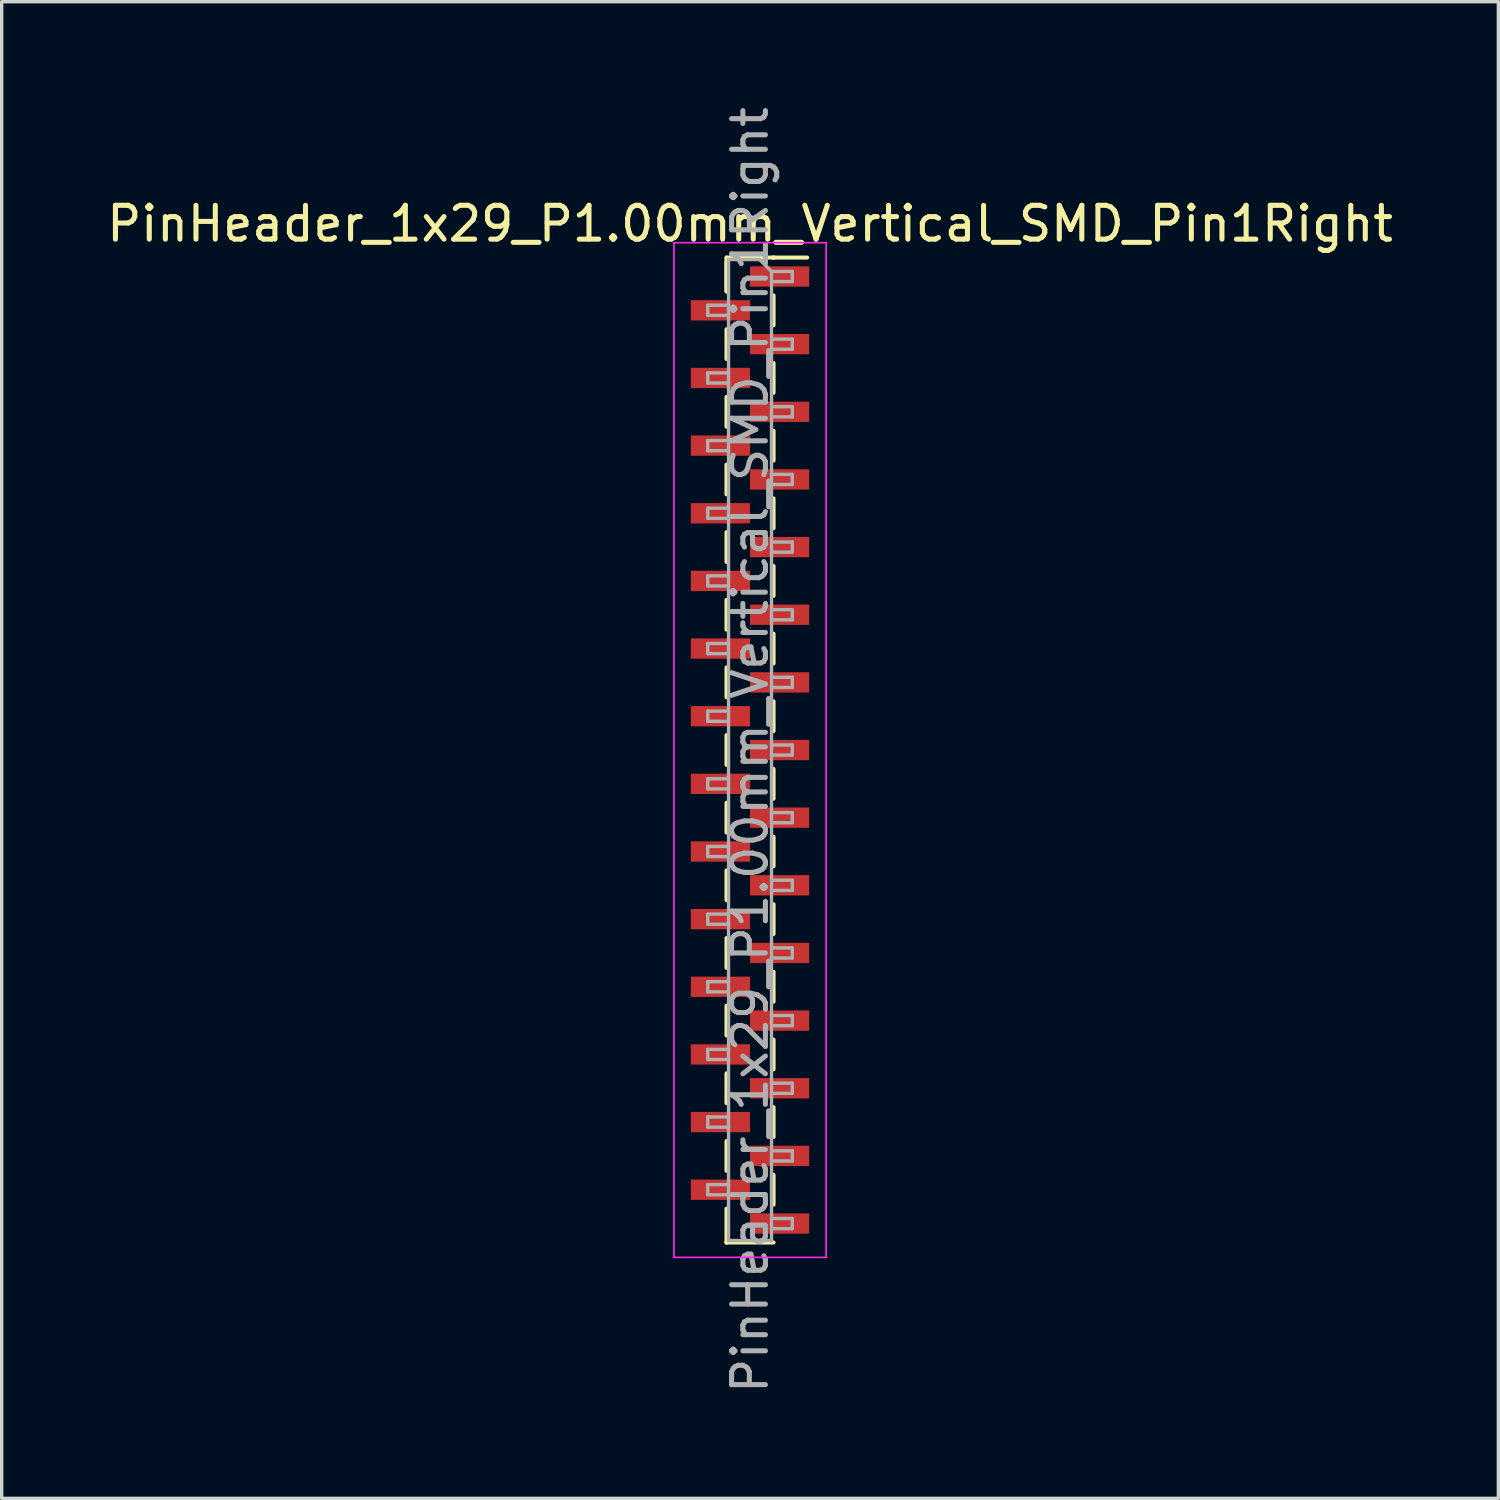
<source format=kicad_pcb>
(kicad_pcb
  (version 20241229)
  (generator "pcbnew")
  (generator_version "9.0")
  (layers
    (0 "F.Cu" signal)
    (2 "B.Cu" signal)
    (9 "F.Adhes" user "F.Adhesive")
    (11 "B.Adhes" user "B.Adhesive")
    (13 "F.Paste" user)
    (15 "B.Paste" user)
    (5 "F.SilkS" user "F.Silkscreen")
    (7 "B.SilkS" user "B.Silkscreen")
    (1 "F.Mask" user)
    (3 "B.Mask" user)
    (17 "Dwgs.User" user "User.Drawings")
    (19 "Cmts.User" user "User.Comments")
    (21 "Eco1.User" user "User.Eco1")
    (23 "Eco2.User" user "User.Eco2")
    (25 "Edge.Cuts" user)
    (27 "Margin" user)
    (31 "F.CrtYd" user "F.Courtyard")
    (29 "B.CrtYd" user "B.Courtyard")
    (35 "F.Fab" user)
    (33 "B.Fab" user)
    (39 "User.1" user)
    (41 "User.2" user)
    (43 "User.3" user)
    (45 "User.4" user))
  (footprint "PinHeader_1x29_P1.00mm_Vertical_SMD_Pin1Right"
    (layer "F.Cu")
    (at 19.125 19.125)
    (property "Reference" "PinHeader_1x29_P1.00mm_Vertical_SMD_Pin1Right" (at 0 -15.56 0) (layer "F.SilkS") (effects (font (size 1 1) (thickness 0.15))))
    (attr smd)
    (fp_line (start -0.695 -14.56) (end -0.695 -13.56) (stroke (width 0.12) (type solid)) (layer "F.SilkS"))
    (fp_line (start -0.695 -14.56) (end 0.695 -14.56) (stroke (width 0.12) (type solid)) (layer "F.SilkS"))
    (fp_line (start -0.695 -14.44) (end -0.695 -13.56) (stroke (width 0.12) (type solid)) (layer "F.SilkS"))
    (fp_line (start -0.695 -12.44) (end -0.695 -11.56) (stroke (width 0.12) (type solid)) (layer "F.SilkS"))
    (fp_line (start -0.695 -10.44) (end -0.695 -9.56) (stroke (width 0.12) (type solid)) (layer "F.SilkS"))
    (fp_line (start -0.695 -8.44) (end -0.695 -7.56) (stroke (width 0.12) (type solid)) (layer "F.SilkS"))
    (fp_line (start -0.695 -6.44) (end -0.695 -5.56) (stroke (width 0.12) (type solid)) (layer "F.SilkS"))
    (fp_line (start -0.695 -4.44) (end -0.695 -3.56) (stroke (width 0.12) (type solid)) (layer "F.SilkS"))
    (fp_line (start -0.695 -2.44) (end -0.695 -1.56) (stroke (width 0.12) (type solid)) (layer "F.SilkS"))
    (fp_line (start -0.695 -0.44) (end -0.695 0.44) (stroke (width 0.12) (type solid)) (layer "F.SilkS"))
    (fp_line (start -0.695 1.56) (end -0.695 2.44) (stroke (width 0.12) (type solid)) (layer "F.SilkS"))
    (fp_line (start -0.695 3.56) (end -0.695 4.44) (stroke (width 0.12) (type solid)) (layer "F.SilkS"))
    (fp_line (start -0.695 5.56) (end -0.695 6.44) (stroke (width 0.12) (type solid)) (layer "F.SilkS"))
    (fp_line (start -0.695 7.56) (end -0.695 8.44) (stroke (width 0.12) (type solid)) (layer "F.SilkS"))
    (fp_line (start -0.695 9.56) (end -0.695 10.44) (stroke (width 0.12) (type solid)) (layer "F.SilkS"))
    (fp_line (start -0.695 11.56) (end -0.695 12.44) (stroke (width 0.12) (type solid)) (layer "F.SilkS"))
    (fp_line (start -0.695 13.56) (end -0.695 14.56) (stroke (width 0.12) (type solid)) (layer "F.SilkS"))
    (fp_line (start -0.695 14.56) (end -0.695 14.56) (stroke (width 0.12) (type solid)) (layer "F.SilkS"))
    (fp_line (start -0.695 14.56) (end 0.695 14.56) (stroke (width 0.12) (type solid)) (layer "F.SilkS"))
    (fp_line (start 0.695 -14.56) (end 0.695 -14.56) (stroke (width 0.12) (type solid)) (layer "F.SilkS"))
    (fp_line (start 0.695 -14.56) (end 1.69 -14.56) (stroke (width 0.12) (type solid)) (layer "F.SilkS"))
    (fp_line (start 0.695 -13.44) (end 0.695 -12.56) (stroke (width 0.12) (type solid)) (layer "F.SilkS"))
    (fp_line (start 0.695 -11.44) (end 0.695 -10.56) (stroke (width 0.12) (type solid)) (layer "F.SilkS"))
    (fp_line (start 0.695 -9.44) (end 0.695 -8.56) (stroke (width 0.12) (type solid)) (layer "F.SilkS"))
    (fp_line (start 0.695 -7.44) (end 0.695 -6.56) (stroke (width 0.12) (type solid)) (layer "F.SilkS"))
    (fp_line (start 0.695 -5.44) (end 0.695 -4.56) (stroke (width 0.12) (type solid)) (layer "F.SilkS"))
    (fp_line (start 0.695 -3.44) (end 0.695 -2.56) (stroke (width 0.12) (type solid)) (layer "F.SilkS"))
    (fp_line (start 0.695 -1.44) (end 0.695 -0.56) (stroke (width 0.12) (type solid)) (layer "F.SilkS"))
    (fp_line (start 0.695 0.56) (end 0.695 1.44) (stroke (width 0.12) (type solid)) (layer "F.SilkS"))
    (fp_line (start 0.695 2.56) (end 0.695 3.44) (stroke (width 0.12) (type solid)) (layer "F.SilkS"))
    (fp_line (start 0.695 4.56) (end 0.695 5.44) (stroke (width 0.12) (type solid)) (layer "F.SilkS"))
    (fp_line (start 0.695 6.56) (end 0.695 7.44) (stroke (width 0.12) (type solid)) (layer "F.SilkS"))
    (fp_line (start 0.695 8.56) (end 0.695 9.44) (stroke (width 0.12) (type solid)) (layer "F.SilkS"))
    (fp_line (start 0.695 10.56) (end 0.695 11.44) (stroke (width 0.12) (type solid)) (layer "F.SilkS"))
    (fp_line (start 0.695 12.56) (end 0.695 13.44) (stroke (width 0.12) (type solid)) (layer "F.SilkS"))
    (fp_line (start -2.25 -15) (end -2.25 15) (stroke (width 0.05) (type solid)) (layer "F.CrtYd"))
    (fp_line (start -2.25 15) (end 2.25 15) (stroke (width 0.05) (type solid)) (layer "F.CrtYd"))
    (fp_line (start 2.25 -15) (end -2.25 -15) (stroke (width 0.05) (type solid)) (layer "F.CrtYd"))
    (fp_line (start 2.25 15) (end 2.25 -15) (stroke (width 0.05) (type solid)) (layer "F.CrtYd"))
    (fp_line (start -1.25 -13.15) (end -1.25 -12.85) (stroke (width 0.1) (type solid)) (layer "F.Fab"))
    (fp_line (start -1.25 -12.85) (end -0.635 -12.85) (stroke (width 0.1) (type solid)) (layer "F.Fab"))
    (fp_line (start -1.25 -11.15) (end -1.25 -10.85) (stroke (width 0.1) (type solid)) (layer "F.Fab"))
    (fp_line (start -1.25 -10.85) (end -0.635 -10.85) (stroke (width 0.1) (type solid)) (layer "F.Fab"))
    (fp_line (start -1.25 -9.15) (end -1.25 -8.85) (stroke (width 0.1) (type solid)) (layer "F.Fab"))
    (fp_line (start -1.25 -8.85) (end -0.635 -8.85) (stroke (width 0.1) (type solid)) (layer "F.Fab"))
    (fp_line (start -1.25 -7.15) (end -1.25 -6.85) (stroke (width 0.1) (type solid)) (layer "F.Fab"))
    (fp_line (start -1.25 -6.85) (end -0.635 -6.85) (stroke (width 0.1) (type solid)) (layer "F.Fab"))
    (fp_line (start -1.25 -5.15) (end -1.25 -4.85) (stroke (width 0.1) (type solid)) (layer "F.Fab"))
    (fp_line (start -1.25 -4.85) (end -0.635 -4.85) (stroke (width 0.1) (type solid)) (layer "F.Fab"))
    (fp_line (start -1.25 -3.15) (end -1.25 -2.85) (stroke (width 0.1) (type solid)) (layer "F.Fab"))
    (fp_line (start -1.25 -2.85) (end -0.635 -2.85) (stroke (width 0.1) (type solid)) (layer "F.Fab"))
    (fp_line (start -1.25 -1.15) (end -1.25 -0.85) (stroke (width 0.1) (type solid)) (layer "F.Fab"))
    (fp_line (start -1.25 -0.85) (end -0.635 -0.85) (stroke (width 0.1) (type solid)) (layer "F.Fab"))
    (fp_line (start -1.25 0.85) (end -1.25 1.15) (stroke (width 0.1) (type solid)) (layer "F.Fab"))
    (fp_line (start -1.25 1.15) (end -0.635 1.15) (stroke (width 0.1) (type solid)) (layer "F.Fab"))
    (fp_line (start -1.25 2.85) (end -1.25 3.15) (stroke (width 0.1) (type solid)) (layer "F.Fab"))
    (fp_line (start -1.25 3.15) (end -0.635 3.15) (stroke (width 0.1) (type solid)) (layer "F.Fab"))
    (fp_line (start -1.25 4.85) (end -1.25 5.15) (stroke (width 0.1) (type solid)) (layer "F.Fab"))
    (fp_line (start -1.25 5.15) (end -0.635 5.15) (stroke (width 0.1) (type solid)) (layer "F.Fab"))
    (fp_line (start -1.25 6.85) (end -1.25 7.15) (stroke (width 0.1) (type solid)) (layer "F.Fab"))
    (fp_line (start -1.25 7.15) (end -0.635 7.15) (stroke (width 0.1) (type solid)) (layer "F.Fab"))
    (fp_line (start -1.25 8.85) (end -1.25 9.15) (stroke (width 0.1) (type solid)) (layer "F.Fab"))
    (fp_line (start -1.25 9.15) (end -0.635 9.15) (stroke (width 0.1) (type solid)) (layer "F.Fab"))
    (fp_line (start -1.25 10.85) (end -1.25 11.15) (stroke (width 0.1) (type solid)) (layer "F.Fab"))
    (fp_line (start -1.25 11.15) (end -0.635 11.15) (stroke (width 0.1) (type solid)) (layer "F.Fab"))
    (fp_line (start -1.25 12.85) (end -1.25 13.15) (stroke (width 0.1) (type solid)) (layer "F.Fab"))
    (fp_line (start -1.25 13.15) (end -0.635 13.15) (stroke (width 0.1) (type solid)) (layer "F.Fab"))
    (fp_line (start -0.635 -14.5) (end -0.635 14.5) (stroke (width 0.1) (type solid)) (layer "F.Fab"))
    (fp_line (start -0.635 -14.5) (end 0.285 -14.5) (stroke (width 0.1) (type solid)) (layer "F.Fab"))
    (fp_line (start -0.635 -13.15) (end -1.25 -13.15) (stroke (width 0.1) (type solid)) (layer "F.Fab"))
    (fp_line (start -0.635 -11.15) (end -1.25 -11.15) (stroke (width 0.1) (type solid)) (layer "F.Fab"))
    (fp_line (start -0.635 -9.15) (end -1.25 -9.15) (stroke (width 0.1) (type solid)) (layer "F.Fab"))
    (fp_line (start -0.635 -7.15) (end -1.25 -7.15) (stroke (width 0.1) (type solid)) (layer "F.Fab"))
    (fp_line (start -0.635 -5.15) (end -1.25 -5.15) (stroke (width 0.1) (type solid)) (layer "F.Fab"))
    (fp_line (start -0.635 -3.15) (end -1.25 -3.15) (stroke (width 0.1) (type solid)) (layer "F.Fab"))
    (fp_line (start -0.635 -1.15) (end -1.25 -1.15) (stroke (width 0.1) (type solid)) (layer "F.Fab"))
    (fp_line (start -0.635 0.85) (end -1.25 0.85) (stroke (width 0.1) (type solid)) (layer "F.Fab"))
    (fp_line (start -0.635 2.85) (end -1.25 2.85) (stroke (width 0.1) (type solid)) (layer "F.Fab"))
    (fp_line (start -0.635 4.85) (end -1.25 4.85) (stroke (width 0.1) (type solid)) (layer "F.Fab"))
    (fp_line (start -0.635 6.85) (end -1.25 6.85) (stroke (width 0.1) (type solid)) (layer "F.Fab"))
    (fp_line (start -0.635 8.85) (end -1.25 8.85) (stroke (width 0.1) (type solid)) (layer "F.Fab"))
    (fp_line (start -0.635 10.85) (end -1.25 10.85) (stroke (width 0.1) (type solid)) (layer "F.Fab"))
    (fp_line (start -0.635 12.85) (end -1.25 12.85) (stroke (width 0.1) (type solid)) (layer "F.Fab"))
    (fp_line (start 0.635 -14.15) (end 0.285 -14.5) (stroke (width 0.1) (type solid)) (layer "F.Fab"))
    (fp_line (start 0.635 -14.15) (end 1.25 -14.15) (stroke (width 0.1) (type solid)) (layer "F.Fab"))
    (fp_line (start 0.635 -12.15) (end 1.25 -12.15) (stroke (width 0.1) (type solid)) (layer "F.Fab"))
    (fp_line (start 0.635 -10.15) (end 1.25 -10.15) (stroke (width 0.1) (type solid)) (layer "F.Fab"))
    (fp_line (start 0.635 -8.15) (end 1.25 -8.15) (stroke (width 0.1) (type solid)) (layer "F.Fab"))
    (fp_line (start 0.635 -6.15) (end 1.25 -6.15) (stroke (width 0.1) (type solid)) (layer "F.Fab"))
    (fp_line (start 0.635 -4.15) (end 1.25 -4.15) (stroke (width 0.1) (type solid)) (layer "F.Fab"))
    (fp_line (start 0.635 -2.15) (end 1.25 -2.15) (stroke (width 0.1) (type solid)) (layer "F.Fab"))
    (fp_line (start 0.635 -0.15) (end 1.25 -0.15) (stroke (width 0.1) (type solid)) (layer "F.Fab"))
    (fp_line (start 0.635 1.85) (end 1.25 1.85) (stroke (width 0.1) (type solid)) (layer "F.Fab"))
    (fp_line (start 0.635 3.85) (end 1.25 3.85) (stroke (width 0.1) (type solid)) (layer "F.Fab"))
    (fp_line (start 0.635 5.85) (end 1.25 5.85) (stroke (width 0.1) (type solid)) (layer "F.Fab"))
    (fp_line (start 0.635 7.85) (end 1.25 7.85) (stroke (width 0.1) (type solid)) (layer "F.Fab"))
    (fp_line (start 0.635 9.85) (end 1.25 9.85) (stroke (width 0.1) (type solid)) (layer "F.Fab"))
    (fp_line (start 0.635 11.85) (end 1.25 11.85) (stroke (width 0.1) (type solid)) (layer "F.Fab"))
    (fp_line (start 0.635 13.85) (end 1.25 13.85) (stroke (width 0.1) (type solid)) (layer "F.Fab"))
    (fp_line (start 0.635 14.5) (end -0.635 14.5) (stroke (width 0.1) (type solid)) (layer "F.Fab"))
    (fp_line (start 0.635 14.5) (end 0.635 -14.15) (stroke (width 0.1) (type solid)) (layer "F.Fab"))
    (fp_line (start 1.25 -14.15) (end 1.25 -13.85) (stroke (width 0.1) (type solid)) (layer "F.Fab"))
    (fp_line (start 1.25 -13.85) (end 0.635 -13.85) (stroke (width 0.1) (type solid)) (layer "F.Fab"))
    (fp_line (start 1.25 -12.15) (end 1.25 -11.85) (stroke (width 0.1) (type solid)) (layer "F.Fab"))
    (fp_line (start 1.25 -11.85) (end 0.635 -11.85) (stroke (width 0.1) (type solid)) (layer "F.Fab"))
    (fp_line (start 1.25 -10.15) (end 1.25 -9.85) (stroke (width 0.1) (type solid)) (layer "F.Fab"))
    (fp_line (start 1.25 -9.85) (end 0.635 -9.85) (stroke (width 0.1) (type solid)) (layer "F.Fab"))
    (fp_line (start 1.25 -8.15) (end 1.25 -7.85) (stroke (width 0.1) (type solid)) (layer "F.Fab"))
    (fp_line (start 1.25 -7.85) (end 0.635 -7.85) (stroke (width 0.1) (type solid)) (layer "F.Fab"))
    (fp_line (start 1.25 -6.15) (end 1.25 -5.85) (stroke (width 0.1) (type solid)) (layer "F.Fab"))
    (fp_line (start 1.25 -5.85) (end 0.635 -5.85) (stroke (width 0.1) (type solid)) (layer "F.Fab"))
    (fp_line (start 1.25 -4.15) (end 1.25 -3.85) (stroke (width 0.1) (type solid)) (layer "F.Fab"))
    (fp_line (start 1.25 -3.85) (end 0.635 -3.85) (stroke (width 0.1) (type solid)) (layer "F.Fab"))
    (fp_line (start 1.25 -2.15) (end 1.25 -1.85) (stroke (width 0.1) (type solid)) (layer "F.Fab"))
    (fp_line (start 1.25 -1.85) (end 0.635 -1.85) (stroke (width 0.1) (type solid)) (layer "F.Fab"))
    (fp_line (start 1.25 -0.15) (end 1.25 0.15) (stroke (width 0.1) (type solid)) (layer "F.Fab"))
    (fp_line (start 1.25 0.15) (end 0.635 0.15) (stroke (width 0.1) (type solid)) (layer "F.Fab"))
    (fp_line (start 1.25 1.85) (end 1.25 2.15) (stroke (width 0.1) (type solid)) (layer "F.Fab"))
    (fp_line (start 1.25 2.15) (end 0.635 2.15) (stroke (width 0.1) (type solid)) (layer "F.Fab"))
    (fp_line (start 1.25 3.85) (end 1.25 4.15) (stroke (width 0.1) (type solid)) (layer "F.Fab"))
    (fp_line (start 1.25 4.15) (end 0.635 4.15) (stroke (width 0.1) (type solid)) (layer "F.Fab"))
    (fp_line (start 1.25 5.85) (end 1.25 6.15) (stroke (width 0.1) (type solid)) (layer "F.Fab"))
    (fp_line (start 1.25 6.15) (end 0.635 6.15) (stroke (width 0.1) (type solid)) (layer "F.Fab"))
    (fp_line (start 1.25 7.85) (end 1.25 8.15) (stroke (width 0.1) (type solid)) (layer "F.Fab"))
    (fp_line (start 1.25 8.15) (end 0.635 8.15) (stroke (width 0.1) (type solid)) (layer "F.Fab"))
    (fp_line (start 1.25 9.85) (end 1.25 10.15) (stroke (width 0.1) (type solid)) (layer "F.Fab"))
    (fp_line (start 1.25 10.15) (end 0.635 10.15) (stroke (width 0.1) (type solid)) (layer "F.Fab"))
    (fp_line (start 1.25 11.85) (end 1.25 12.15) (stroke (width 0.1) (type solid)) (layer "F.Fab"))
    (fp_line (start 1.25 12.15) (end 0.635 12.15) (stroke (width 0.1) (type solid)) (layer "F.Fab"))
    (fp_line (start 1.25 13.85) (end 1.25 14.15) (stroke (width 0.1) (type solid)) (layer "F.Fab"))
    (fp_line (start 1.25 14.15) (end 0.635 14.15) (stroke (width 0.1) (type solid)) (layer "F.Fab"))
    (fp_text user "${REFERENCE}" (at 0 0 90) (layer "F.Fab") (effects (font (size 1 1) (thickness 0.15))))
    (pad "1" smd rect (at 0.875 -14) (size 1.75 0.6) (layers "F.Cu" "F.Mask" "F.Paste"))
    (pad "2" smd rect (at -0.875 -13) (size 1.75 0.6) (layers "F.Cu" "F.Mask" "F.Paste"))
    (pad "3" smd rect (at 0.875 -12) (size 1.75 0.6) (layers "F.Cu" "F.Mask" "F.Paste"))
    (pad "4" smd rect (at -0.875 -11) (size 1.75 0.6) (layers "F.Cu" "F.Mask" "F.Paste"))
    (pad "5" smd rect (at 0.875 -10) (size 1.75 0.6) (layers "F.Cu" "F.Mask" "F.Paste"))
    (pad "6" smd rect (at -0.875 -9) (size 1.75 0.6) (layers "F.Cu" "F.Mask" "F.Paste"))
    (pad "7" smd rect (at 0.875 -8) (size 1.75 0.6) (layers "F.Cu" "F.Mask" "F.Paste"))
    (pad "8" smd rect (at -0.875 -7) (size 1.75 0.6) (layers "F.Cu" "F.Mask" "F.Paste"))
    (pad "9" smd rect (at 0.875 -6) (size 1.75 0.6) (layers "F.Cu" "F.Mask" "F.Paste"))
    (pad "10" smd rect (at -0.875 -5) (size 1.75 0.6) (layers "F.Cu" "F.Mask" "F.Paste"))
    (pad "11" smd rect (at 0.875 -4) (size 1.75 0.6) (layers "F.Cu" "F.Mask" "F.Paste"))
    (pad "12" smd rect (at -0.875 -3) (size 1.75 0.6) (layers "F.Cu" "F.Mask" "F.Paste"))
    (pad "13" smd rect (at 0.875 -2) (size 1.75 0.6) (layers "F.Cu" "F.Mask" "F.Paste"))
    (pad "14" smd rect (at -0.875 -1) (size 1.75 0.6) (layers "F.Cu" "F.Mask" "F.Paste"))
    (pad "15" smd rect (at 0.875 0) (size 1.75 0.6) (layers "F.Cu" "F.Mask" "F.Paste"))
    (pad "16" smd rect (at -0.875 1) (size 1.75 0.6) (layers "F.Cu" "F.Mask" "F.Paste"))
    (pad "17" smd rect (at 0.875 2) (size 1.75 0.6) (layers "F.Cu" "F.Mask" "F.Paste"))
    (pad "18" smd rect (at -0.875 3) (size 1.75 0.6) (layers "F.Cu" "F.Mask" "F.Paste"))
    (pad "19" smd rect (at 0.875 4) (size 1.75 0.6) (layers "F.Cu" "F.Mask" "F.Paste"))
    (pad "20" smd rect (at -0.875 5) (size 1.75 0.6) (layers "F.Cu" "F.Mask" "F.Paste"))
    (pad "21" smd rect (at 0.875 6) (size 1.75 0.6) (layers "F.Cu" "F.Mask" "F.Paste"))
    (pad "22" smd rect (at -0.875 7) (size 1.75 0.6) (layers "F.Cu" "F.Mask" "F.Paste"))
    (pad "23" smd rect (at 0.875 8) (size 1.75 0.6) (layers "F.Cu" "F.Mask" "F.Paste"))
    (pad "24" smd rect (at -0.875 9) (size 1.75 0.6) (layers "F.Cu" "F.Mask" "F.Paste"))
    (pad "25" smd rect (at 0.875 10) (size 1.75 0.6) (layers "F.Cu" "F.Mask" "F.Paste"))
    (pad "26" smd rect (at -0.875 11) (size 1.75 0.6) (layers "F.Cu" "F.Mask" "F.Paste"))
    (pad "27" smd rect (at 0.875 12) (size 1.75 0.6) (layers "F.Cu" "F.Mask" "F.Paste"))
    (pad "28" smd rect (at -0.875 13) (size 1.75 0.6) (layers "F.Cu" "F.Mask" "F.Paste"))
    (pad "29" smd rect (at 0.875 14) (size 1.75 0.6) (layers "F.Cu" "F.Mask" "F.Paste")))
  (gr_rect
    (start -3 -3)
    (end 41.25 41.25)
    (stroke (width 0.1) (type default))
    (fill no)
    (layer "Edge.Cuts")))
</source>
